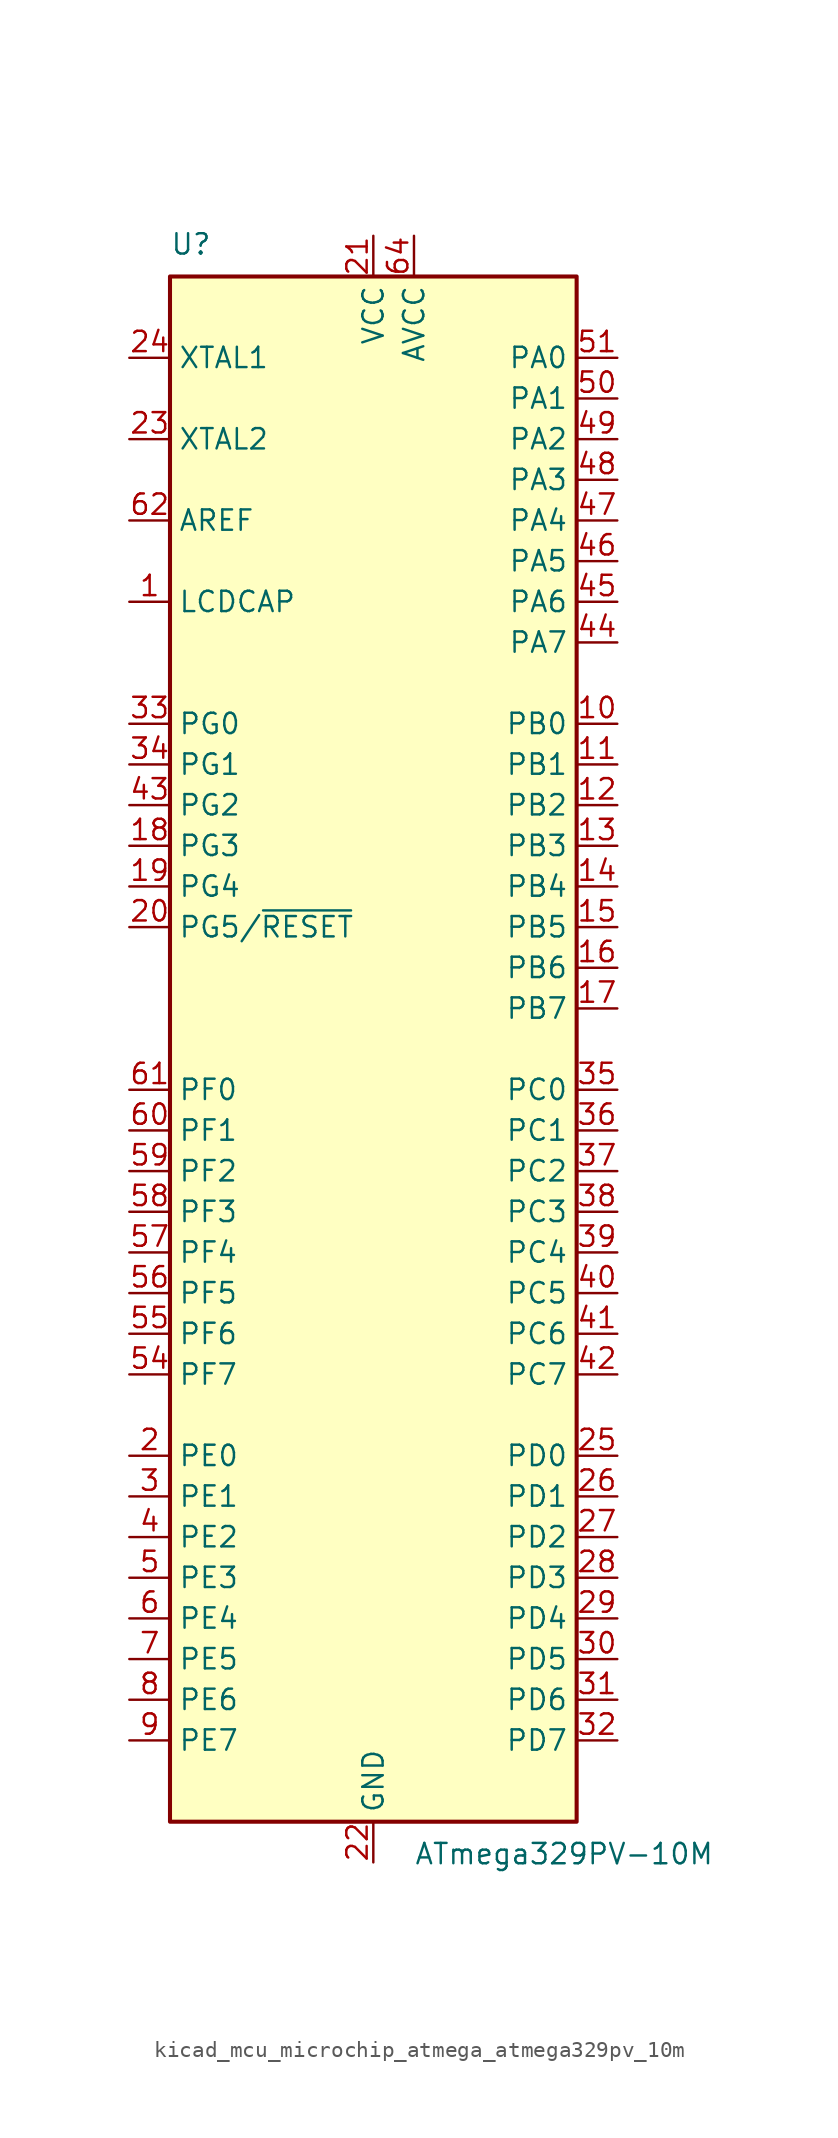
<source format=kicad_sym>
(kicad_symbol_lib
  (version 20220914)
  (generator kicad_symbol_editor)
  (symbol "kicad_mcu_microchip_atmega_atmega329pv_10m"
    (property "Reference" "U"
      (at -12.7 49.53 0)
      (effects (font (size 1.27 1.27)) (justify left bottom)))
    (property "Value" "ATmega329PV-10M"
      (at 2.54 -49.53 0)
      (effects (font (size 1.27 1.27)) (justify left top)))
    (symbol "kicad_mcu_microchip_atmega_atmega329pv_10m_0_1"
      (rectangle (start -12.7 -48.26) (end 12.7 48.26) (stroke (width 0.254) (type default)) (fill (type background))))
    (symbol "kicad_mcu_microchip_atmega_atmega329pv_10m_1_1"
      (pin passive line (at -15.24 27.94 0) (length 2.54) (name "LCDCAP" (effects (font (size 1.27 1.27)))) (number "1" (effects (font (size 1.27 1.27)))))
      (pin bidirectional line (at 15.24 20.32 180) (length 2.54) (name "PB0" (effects (font (size 1.27 1.27)))) (number "10" (effects (font (size 1.27 1.27)))))
      (pin bidirectional line (at 15.24 17.78 180) (length 2.54) (name "PB1" (effects (font (size 1.27 1.27)))) (number "11" (effects (font (size 1.27 1.27)))))
      (pin bidirectional line (at 15.24 15.24 180) (length 2.54) (name "PB2" (effects (font (size 1.27 1.27)))) (number "12" (effects (font (size 1.27 1.27)))))
      (pin bidirectional line (at 15.24 12.7 180) (length 2.54) (name "PB3" (effects (font (size 1.27 1.27)))) (number "13" (effects (font (size 1.27 1.27)))))
      (pin bidirectional line (at 15.24 10.16 180) (length 2.54) (name "PB4" (effects (font (size 1.27 1.27)))) (number "14" (effects (font (size 1.27 1.27)))))
      (pin bidirectional line (at 15.24 7.62 180) (length 2.54) (name "PB5" (effects (font (size 1.27 1.27)))) (number "15" (effects (font (size 1.27 1.27)))))
      (pin bidirectional line (at 15.24 5.08 180) (length 2.54) (name "PB6" (effects (font (size 1.27 1.27)))) (number "16" (effects (font (size 1.27 1.27)))))
      (pin bidirectional line (at 15.24 2.54 180) (length 2.54) (name "PB7" (effects (font (size 1.27 1.27)))) (number "17" (effects (font (size 1.27 1.27)))))
      (pin bidirectional line (at -15.24 12.7 0) (length 2.54) (name "PG3" (effects (font (size 1.27 1.27)))) (number "18" (effects (font (size 1.27 1.27)))))
      (pin bidirectional line (at -15.24 10.16 0) (length 2.54) (name "PG4" (effects (font (size 1.27 1.27)))) (number "19" (effects (font (size 1.27 1.27)))))
      (pin bidirectional line (at -15.24 -25.4 0) (length 2.54) (name "PE0" (effects (font (size 1.27 1.27)))) (number "2" (effects (font (size 1.27 1.27)))))
      (pin bidirectional line (at -15.24 7.62 0) (length 2.54) (name "PG5/~{RESET}" (effects (font (size 1.27 1.27)))) (number "20" (effects (font (size 1.27 1.27)))))
      (pin power_in line (at 0 50.8 270) (length 2.54) (name "VCC" (effects (font (size 1.27 1.27)))) (number "21" (effects (font (size 1.27 1.27)))))
      (pin power_in line (at 0 -50.8 90) (length 2.54) (name "GND" (effects (font (size 1.27 1.27)))) (number "22" (effects (font (size 1.27 1.27)))))
      (pin output line (at -15.24 38.1 0) (length 2.54) (name "XTAL2" (effects (font (size 1.27 1.27)))) (number "23" (effects (font (size 1.27 1.27)))))
      (pin input line (at -15.24 43.18 0) (length 2.54) (name "XTAL1" (effects (font (size 1.27 1.27)))) (number "24" (effects (font (size 1.27 1.27)))))
      (pin bidirectional line (at 15.24 -25.4 180) (length 2.54) (name "PD0" (effects (font (size 1.27 1.27)))) (number "25" (effects (font (size 1.27 1.27)))))
      (pin bidirectional line (at 15.24 -27.94 180) (length 2.54) (name "PD1" (effects (font (size 1.27 1.27)))) (number "26" (effects (font (size 1.27 1.27)))))
      (pin bidirectional line (at 15.24 -30.48 180) (length 2.54) (name "PD2" (effects (font (size 1.27 1.27)))) (number "27" (effects (font (size 1.27 1.27)))))
      (pin bidirectional line (at 15.24 -33.02 180) (length 2.54) (name "PD3" (effects (font (size 1.27 1.27)))) (number "28" (effects (font (size 1.27 1.27)))))
      (pin bidirectional line (at 15.24 -35.56 180) (length 2.54) (name "PD4" (effects (font (size 1.27 1.27)))) (number "29" (effects (font (size 1.27 1.27)))))
      (pin bidirectional line (at -15.24 -27.94 0) (length 2.54) (name "PE1" (effects (font (size 1.27 1.27)))) (number "3" (effects (font (size 1.27 1.27)))))
      (pin bidirectional line (at 15.24 -38.1 180) (length 2.54) (name "PD5" (effects (font (size 1.27 1.27)))) (number "30" (effects (font (size 1.27 1.27)))))
      (pin bidirectional line (at 15.24 -40.64 180) (length 2.54) (name "PD6" (effects (font (size 1.27 1.27)))) (number "31" (effects (font (size 1.27 1.27)))))
      (pin bidirectional line (at 15.24 -43.18 180) (length 2.54) (name "PD7" (effects (font (size 1.27 1.27)))) (number "32" (effects (font (size 1.27 1.27)))))
      (pin bidirectional line (at -15.24 20.32 0) (length 2.54) (name "PG0" (effects (font (size 1.27 1.27)))) (number "33" (effects (font (size 1.27 1.27)))))
      (pin bidirectional line (at -15.24 17.78 0) (length 2.54) (name "PG1" (effects (font (size 1.27 1.27)))) (number "34" (effects (font (size 1.27 1.27)))))
      (pin bidirectional line (at 15.24 -2.54 180) (length 2.54) (name "PC0" (effects (font (size 1.27 1.27)))) (number "35" (effects (font (size 1.27 1.27)))))
      (pin bidirectional line (at 15.24 -5.08 180) (length 2.54) (name "PC1" (effects (font (size 1.27 1.27)))) (number "36" (effects (font (size 1.27 1.27)))))
      (pin bidirectional line (at 15.24 -7.62 180) (length 2.54) (name "PC2" (effects (font (size 1.27 1.27)))) (number "37" (effects (font (size 1.27 1.27)))))
      (pin bidirectional line (at 15.24 -10.16 180) (length 2.54) (name "PC3" (effects (font (size 1.27 1.27)))) (number "38" (effects (font (size 1.27 1.27)))))
      (pin bidirectional line (at 15.24 -12.7 180) (length 2.54) (name "PC4" (effects (font (size 1.27 1.27)))) (number "39" (effects (font (size 1.27 1.27)))))
      (pin bidirectional line (at -15.24 -30.48 0) (length 2.54) (name "PE2" (effects (font (size 1.27 1.27)))) (number "4" (effects (font (size 1.27 1.27)))))
      (pin bidirectional line (at 15.24 -15.24 180) (length 2.54) (name "PC5" (effects (font (size 1.27 1.27)))) (number "40" (effects (font (size 1.27 1.27)))))
      (pin bidirectional line (at 15.24 -17.78 180) (length 2.54) (name "PC6" (effects (font (size 1.27 1.27)))) (number "41" (effects (font (size 1.27 1.27)))))
      (pin bidirectional line (at 15.24 -20.32 180) (length 2.54) (name "PC7" (effects (font (size 1.27 1.27)))) (number "42" (effects (font (size 1.27 1.27)))))
      (pin bidirectional line (at -15.24 15.24 0) (length 2.54) (name "PG2" (effects (font (size 1.27 1.27)))) (number "43" (effects (font (size 1.27 1.27)))))
      (pin bidirectional line (at 15.24 25.4 180) (length 2.54) (name "PA7" (effects (font (size 1.27 1.27)))) (number "44" (effects (font (size 1.27 1.27)))))
      (pin bidirectional line (at 15.24 27.94 180) (length 2.54) (name "PA6" (effects (font (size 1.27 1.27)))) (number "45" (effects (font (size 1.27 1.27)))))
      (pin bidirectional line (at 15.24 30.48 180) (length 2.54) (name "PA5" (effects (font (size 1.27 1.27)))) (number "46" (effects (font (size 1.27 1.27)))))
      (pin bidirectional line (at 15.24 33.02 180) (length 2.54) (name "PA4" (effects (font (size 1.27 1.27)))) (number "47" (effects (font (size 1.27 1.27)))))
      (pin bidirectional line (at 15.24 35.56 180) (length 2.54) (name "PA3" (effects (font (size 1.27 1.27)))) (number "48" (effects (font (size 1.27 1.27)))))
      (pin bidirectional line (at 15.24 38.1 180) (length 2.54) (name "PA2" (effects (font (size 1.27 1.27)))) (number "49" (effects (font (size 1.27 1.27)))))
      (pin bidirectional line (at -15.24 -33.02 0) (length 2.54) (name "PE3" (effects (font (size 1.27 1.27)))) (number "5" (effects (font (size 1.27 1.27)))))
      (pin bidirectional line (at 15.24 40.64 180) (length 2.54) (name "PA1" (effects (font (size 1.27 1.27)))) (number "50" (effects (font (size 1.27 1.27)))))
      (pin bidirectional line (at 15.24 43.18 180) (length 2.54) (name "PA0" (effects (font (size 1.27 1.27)))) (number "51" (effects (font (size 1.27 1.27)))))
      (pin passive line (at 0 50.8 270) (length 2.54) hide (name "VCC" (effects (font (size 1.27 1.27)))) (number "52" (effects (font (size 1.27 1.27)))))
      (pin passive line (at 0 -50.8 90) (length 2.54) hide (name "GND" (effects (font (size 1.27 1.27)))) (number "53" (effects (font (size 1.27 1.27)))))
      (pin bidirectional line (at -15.24 -20.32 0) (length 2.54) (name "PF7" (effects (font (size 1.27 1.27)))) (number "54" (effects (font (size 1.27 1.27)))))
      (pin bidirectional line (at -15.24 -17.78 0) (length 2.54) (name "PF6" (effects (font (size 1.27 1.27)))) (number "55" (effects (font (size 1.27 1.27)))))
      (pin bidirectional line (at -15.24 -15.24 0) (length 2.54) (name "PF5" (effects (font (size 1.27 1.27)))) (number "56" (effects (font (size 1.27 1.27)))))
      (pin bidirectional line (at -15.24 -12.7 0) (length 2.54) (name "PF4" (effects (font (size 1.27 1.27)))) (number "57" (effects (font (size 1.27 1.27)))))
      (pin bidirectional line (at -15.24 -10.16 0) (length 2.54) (name "PF3" (effects (font (size 1.27 1.27)))) (number "58" (effects (font (size 1.27 1.27)))))
      (pin bidirectional line (at -15.24 -7.62 0) (length 2.54) (name "PF2" (effects (font (size 1.27 1.27)))) (number "59" (effects (font (size 1.27 1.27)))))
      (pin bidirectional line (at -15.24 -35.56 0) (length 2.54) (name "PE4" (effects (font (size 1.27 1.27)))) (number "6" (effects (font (size 1.27 1.27)))))
      (pin bidirectional line (at -15.24 -5.08 0) (length 2.54) (name "PF1" (effects (font (size 1.27 1.27)))) (number "60" (effects (font (size 1.27 1.27)))))
      (pin bidirectional line (at -15.24 -2.54 0) (length 2.54) (name "PF0" (effects (font (size 1.27 1.27)))) (number "61" (effects (font (size 1.27 1.27)))))
      (pin passive line (at -15.24 33.02 0) (length 2.54) (name "AREF" (effects (font (size 1.27 1.27)))) (number "62" (effects (font (size 1.27 1.27)))))
      (pin passive line (at 0 -50.8 90) (length 2.54) hide (name "GND" (effects (font (size 1.27 1.27)))) (number "63" (effects (font (size 1.27 1.27)))))
      (pin power_in line (at 2.54 50.8 270) (length 2.54) (name "AVCC" (effects (font (size 1.27 1.27)))) (number "64" (effects (font (size 1.27 1.27)))))
      (pin passive line (at 0 -50.8 90) (length 2.54) hide (name "GND" (effects (font (size 1.27 1.27)))) (number "65" (effects (font (size 1.27 1.27)))))
      (pin bidirectional line (at -15.24 -38.1 0) (length 2.54) (name "PE5" (effects (font (size 1.27 1.27)))) (number "7" (effects (font (size 1.27 1.27)))))
      (pin bidirectional line (at -15.24 -40.64 0) (length 2.54) (name "PE6" (effects (font (size 1.27 1.27)))) (number "8" (effects (font (size 1.27 1.27)))))
      (pin bidirectional line (at -15.24 -43.18 0) (length 2.54) (name "PE7" (effects (font (size 1.27 1.27)))) (number "9" (effects (font (size 1.27 1.27))))))))
</source>
